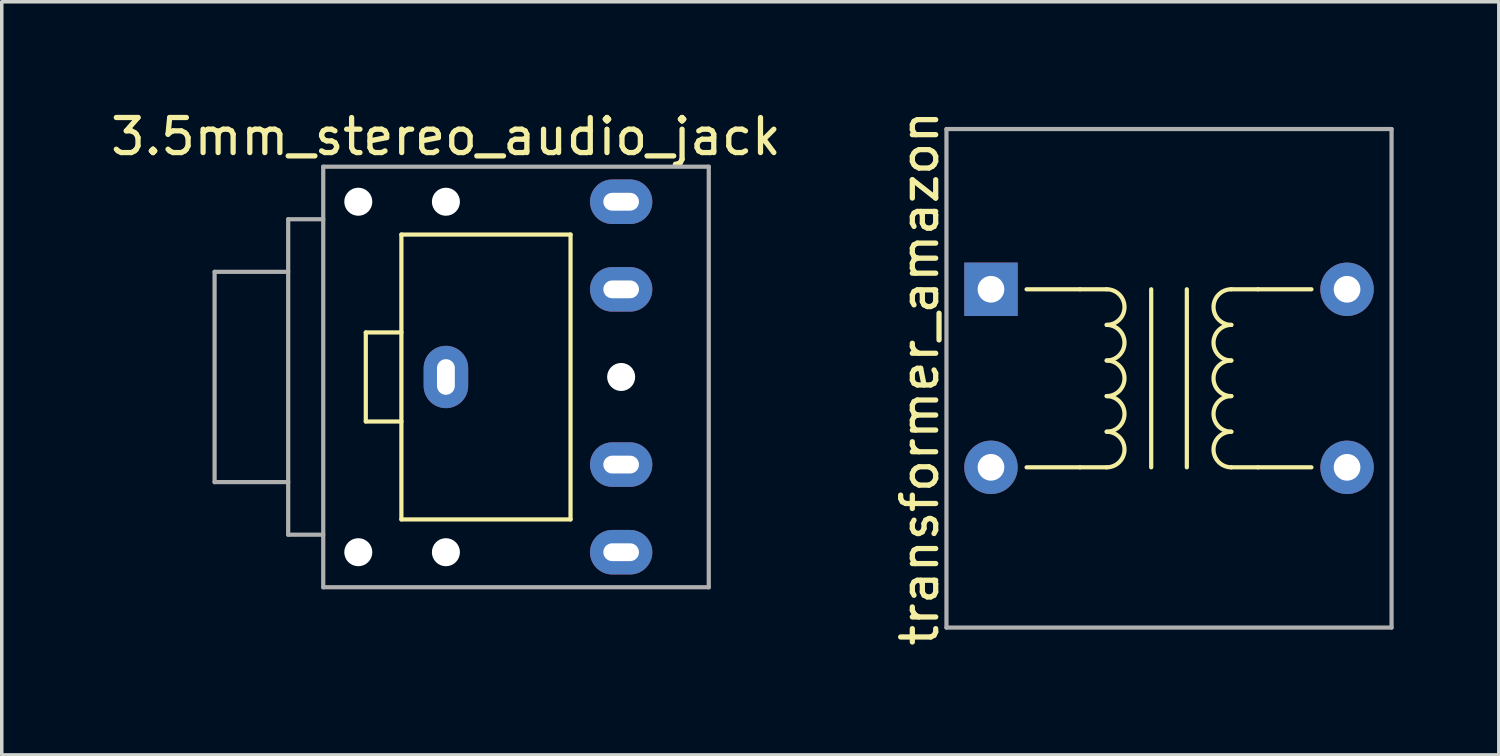
<source format=kicad_pcb>
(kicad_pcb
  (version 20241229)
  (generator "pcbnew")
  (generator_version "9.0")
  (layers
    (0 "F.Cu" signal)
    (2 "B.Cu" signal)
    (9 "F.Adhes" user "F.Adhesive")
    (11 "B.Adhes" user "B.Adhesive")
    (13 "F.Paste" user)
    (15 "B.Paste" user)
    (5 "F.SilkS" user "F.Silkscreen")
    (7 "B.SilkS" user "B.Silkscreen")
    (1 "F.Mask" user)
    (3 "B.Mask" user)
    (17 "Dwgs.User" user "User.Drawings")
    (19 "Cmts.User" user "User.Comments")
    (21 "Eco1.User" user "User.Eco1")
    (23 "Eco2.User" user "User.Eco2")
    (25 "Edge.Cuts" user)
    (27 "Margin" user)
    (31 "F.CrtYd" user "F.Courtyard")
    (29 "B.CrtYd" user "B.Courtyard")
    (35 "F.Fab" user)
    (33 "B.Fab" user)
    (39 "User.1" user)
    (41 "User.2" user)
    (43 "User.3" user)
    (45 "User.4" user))
  (footprint "transformer_amazon"
    (layer "F.Cu")
    (at 30.305 7.744)
    (property "Reference" "transformer_amazon" (at -7.112 0 90) (layer "F.SilkS") (effects (font (size 1 1) (thickness 0.15))))
    (attr through_hole)
    (fp_line (start -4.064 -2.54) (end -2.54 -2.54) (stroke (width 0.12) (type solid)) (layer "F.SilkS"))
    (fp_line (start -4.064 2.54) (end -2.54 2.54) (stroke (width 0.12) (type solid)) (layer "F.SilkS"))
    (fp_line (start -2.54 -2.54) (end -1.778 -2.54) (stroke (width 0.12) (type solid)) (layer "F.SilkS"))
    (fp_line (start -2.54 2.54) (end -1.778 2.54) (stroke (width 0.12) (type solid)) (layer "F.SilkS"))
    (fp_line (start -0.508 -2.54) (end -0.508 2.54) (stroke (width 0.12) (type solid)) (layer "F.SilkS"))
    (fp_line (start 0.508 -2.54) (end 0.508 2.54) (stroke (width 0.12) (type solid)) (layer "F.SilkS"))
    (fp_line (start 2.54 -2.54) (end 1.778 -2.54) (stroke (width 0.12) (type solid)) (layer "F.SilkS"))
    (fp_line (start 2.54 2.54) (end 1.778 2.54) (stroke (width 0.12) (type solid)) (layer "F.SilkS"))
    (fp_line (start 4.064 -2.54) (end 2.54 -2.54) (stroke (width 0.12) (type solid)) (layer "F.SilkS"))
    (fp_line (start 4.064 2.54) (end 2.54 2.54) (stroke (width 0.12) (type solid)) (layer "F.SilkS"))
    (fp_arc (start -1.778 -2.54) (mid -1.27 -2.032) (end -1.778 -1.524) (stroke (width 0.12) (type solid)) (layer "F.SilkS"))
    (fp_arc (start -1.778 -1.524) (mid -1.27 -1.016) (end -1.778 -0.508) (stroke (width 0.12) (type solid)) (layer "F.SilkS"))
    (fp_arc (start -1.778 -0.508) (mid -1.27 0) (end -1.778 0.508) (stroke (width 0.12) (type solid)) (layer "F.SilkS"))
    (fp_arc (start -1.778 0.508) (mid -1.27 1.016) (end -1.778 1.524) (stroke (width 0.12) (type solid)) (layer "F.SilkS"))
    (fp_arc (start -1.778 1.524) (mid -1.27 2.032) (end -1.778 2.54) (stroke (width 0.12) (type solid)) (layer "F.SilkS"))
    (fp_arc (start 1.778 -1.524) (mid 1.27 -2.032) (end 1.778 -2.54) (stroke (width 0.12) (type solid)) (layer "F.SilkS"))
    (fp_arc (start 1.778 -0.508) (mid 1.27 -1.016) (end 1.778 -1.524) (stroke (width 0.12) (type solid)) (layer "F.SilkS"))
    (fp_arc (start 1.778 0.508) (mid 1.27 0) (end 1.778 -0.508) (stroke (width 0.12) (type solid)) (layer "F.SilkS"))
    (fp_arc (start 1.778 1.524) (mid 1.27 1.016) (end 1.778 0.508) (stroke (width 0.12) (type solid)) (layer "F.SilkS"))
    (fp_arc (start 1.778 2.54) (mid 1.27 2.032) (end 1.778 1.524) (stroke (width 0.12) (type solid)) (layer "F.SilkS"))
    (fp_line (start -6.35 -7.112) (end -6.35 7.112) (stroke (width 0.12) (type solid)) (layer "F.Fab"))
    (fp_line (start -6.35 -7.112) (end 6.35 -7.112) (stroke (width 0.12) (type solid)) (layer "F.Fab"))
    (fp_line (start -6.35 7.112) (end 6.35 7.112) (stroke (width 0.12) (type solid)) (layer "F.Fab"))
    (fp_line (start 6.35 -7.112) (end 6.35 7.112) (stroke (width 0.12) (type solid)) (layer "F.Fab"))
    (pad "1" thru_hole rect (at -5.08 -2.54) (size 1.524 1.524) (drill 0.762) (layers "*.Cu" "*.Mask"))
    (pad "2" thru_hole circle (at -5.08 2.54) (size 1.524 1.524) (drill 0.762) (layers "*.Cu" "*.Mask"))
    (pad "3" thru_hole circle (at 5.08 2.54) (size 1.524 1.524) (drill 0.762) (layers "*.Cu" "*.Mask"))
    (pad "4" thru_hole circle (at 5.08 -2.54) (size 1.524 1.524) (drill 0.762) (layers "*.Cu" "*.Mask")))
  (footprint "3.5mm_stereo_audio_jack"
    (layer "F.Cu")
    (at 9.673 7.706)
    (property "Reference" "3.5mm_stereo_audio_jack" (at 0 -6.858 0) (layer "F.SilkS") (effects (font (size 1 1) (thickness 0.15))))
    (attr through_hole)
    (fp_line (start -2.286 -1.27) (end -2.286 1.27) (stroke (width 0.12) (type solid)) (layer "F.SilkS"))
    (fp_line (start -2.286 1.27) (end -1.27 1.27) (stroke (width 0.12) (type solid)) (layer "F.SilkS"))
    (fp_line (start -1.27 -4.064) (end 3.556 -4.064) (stroke (width 0.12) (type solid)) (layer "F.SilkS"))
    (fp_line (start -1.27 -1.27) (end -2.286 -1.27) (stroke (width 0.12) (type solid)) (layer "F.SilkS"))
    (fp_line (start -1.27 4.064) (end -1.27 -4.064) (stroke (width 0.12) (type solid)) (layer "F.SilkS"))
    (fp_line (start 3.556 -4.064) (end 3.556 4.064) (stroke (width 0.12) (type solid)) (layer "F.SilkS"))
    (fp_line (start 3.556 4.064) (end -1.27 4.064) (stroke (width 0.12) (type solid)) (layer "F.SilkS"))
    (fp_line (start -6.6 -3) (end -6.6 3) (stroke (width 0.12) (type solid)) (layer "F.Fab"))
    (fp_line (start -6.6 -3) (end -4.5 -3) (stroke (width 0.12) (type solid)) (layer "F.Fab"))
    (fp_line (start -6.6 3) (end -4.5 3) (stroke (width 0.12) (type solid)) (layer "F.Fab"))
    (fp_line (start -4.5 -4.5) (end -4.5 4.5) (stroke (width 0.12) (type solid)) (layer "F.Fab"))
    (fp_line (start -4.5 -4.5) (end -3.5 -4.5) (stroke (width 0.12) (type solid)) (layer "F.Fab"))
    (fp_line (start -4.5 4.5) (end -3.5 4.5) (stroke (width 0.12) (type solid)) (layer "F.Fab"))
    (fp_line (start -3.5 -6) (end -3.5 6) (stroke (width 0.12) (type solid)) (layer "F.Fab"))
    (fp_line (start -3.5 -6) (end 7.5 -6) (stroke (width 0.12) (type solid)) (layer "F.Fab"))
    (fp_line (start -3.5 6) (end 7.5 6) (stroke (width 0.12) (type solid)) (layer "F.Fab"))
    (fp_line (start 7.5 -6) (end 7.5 6) (stroke (width 0.12) (type solid)) (layer "F.Fab"))
    (pad "" np_thru_hole circle (at -2.5 -5 90) (size 0.8 0.8) (drill 0.8) (layers "*.Cu" "*.Mask"))
    (pad "" np_thru_hole circle (at -2.5 5 90) (size 0.8 0.8) (drill 0.8) (layers "*.Cu" "*.Mask"))
    (pad "" np_thru_hole circle (at 0 -5 90) (size 0.8 0.8) (drill 0.8) (layers "*.Cu" "*.Mask"))
    (pad "" np_thru_hole circle (at 0 5 90) (size 0.8 0.8) (drill 0.8) (layers "*.Cu" "*.Mask"))
    (pad "" np_thru_hole circle (at 5 0 90) (size 0.8 0.8) (drill 0.8) (layers "*.Cu" "*.Mask"))
    (pad "R" thru_hole oval (at 5 -5 180) (size 1.778 1.27) (drill oval 1.016 0.508) (layers "*.Cu" "*.Mask"))
    (pad "RN" thru_hole oval (at 5 -2.5 180) (size 1.778 1.27) (drill oval 1.016 0.508) (layers "*.Cu" "*.Mask"))
    (pad "S" thru_hole oval (at 0 0 90) (size 1.778 1.27) (drill oval 1.016 0.508) (layers "*.Cu" "*.Mask"))
    (pad "T" thru_hole oval (at 5 5 180) (size 1.778 1.27) (drill oval 1.016 0.508) (layers "*.Cu" "*.Mask"))
    (pad "TN" thru_hole oval (at 5 2.5 180) (size 1.778 1.27) (drill oval 1.016 0.508) (layers "*.Cu" "*.Mask")))
  (gr_rect
    (start -3 -3)
    (end 39.715 18.488)
    (stroke (width 0.1) (type default))
    (fill no)
    (layer "Edge.Cuts")))
</source>
